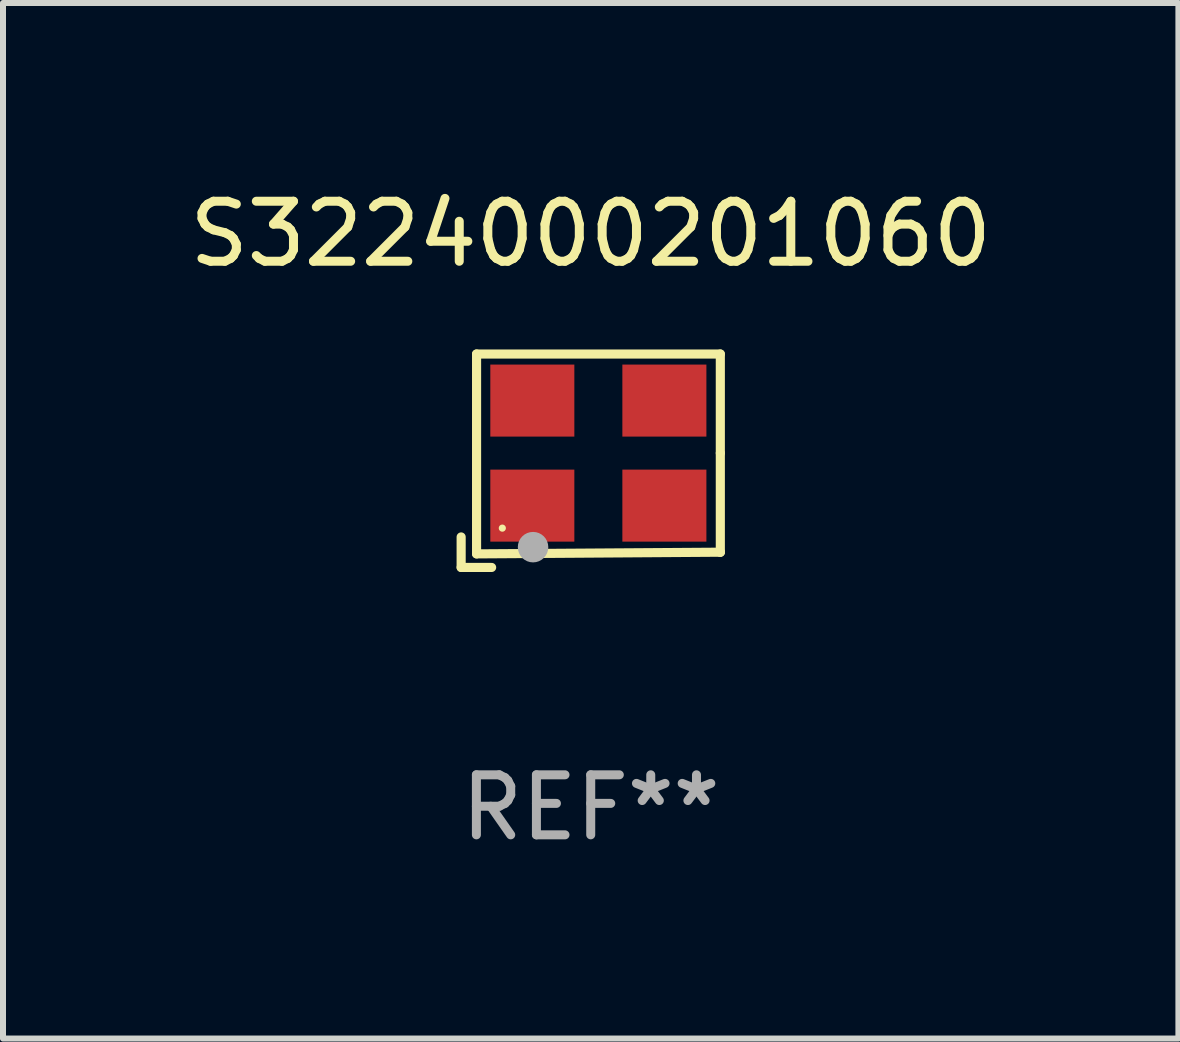
<source format=kicad_pcb>
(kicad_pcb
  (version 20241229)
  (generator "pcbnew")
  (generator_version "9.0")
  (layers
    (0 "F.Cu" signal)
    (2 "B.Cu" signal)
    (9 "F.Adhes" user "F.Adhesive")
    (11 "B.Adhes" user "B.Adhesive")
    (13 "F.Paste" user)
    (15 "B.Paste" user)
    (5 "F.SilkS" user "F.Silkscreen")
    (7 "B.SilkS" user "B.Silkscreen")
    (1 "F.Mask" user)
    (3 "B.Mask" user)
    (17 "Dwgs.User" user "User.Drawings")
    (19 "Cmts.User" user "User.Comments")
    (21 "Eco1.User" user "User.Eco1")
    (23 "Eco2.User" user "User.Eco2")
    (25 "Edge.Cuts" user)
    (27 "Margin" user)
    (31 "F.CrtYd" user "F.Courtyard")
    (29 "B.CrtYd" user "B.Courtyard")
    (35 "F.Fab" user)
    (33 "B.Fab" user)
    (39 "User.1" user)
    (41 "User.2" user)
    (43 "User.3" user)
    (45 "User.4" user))
  (footprint "S3224000201060"
    (layer "F.Cu")
    (at 6.792 4.626)
    (property "Reference" "S3224000201060" (at 0 -3.778 0) (layer "F.SilkS") (effects (font (size 1 1) (thickness 0.15))))
    (attr through_hole)
    (fp_line (start -2.159 1.27) (end -2.159 1.778) (stroke (width 0.152) (type solid)) (layer "F.SilkS"))
    (fp_line (start -2.159 1.778) (end -1.651 1.778) (stroke (width 0.152) (type solid)) (layer "F.SilkS"))
    (fp_line (start -1.902 -1.778) (end 2.159 -1.778) (stroke (width 0.152) (type solid)) (layer "F.SilkS"))
    (fp_line (start -1.902 1.552) (end -1.902 -1.778) (stroke (width 0.152) (type solid)) (layer "F.SilkS"))
    (fp_line (start 2.159 -1.778) (end 2.159 -0.127) (stroke (width 0.152) (type solid)) (layer "F.SilkS"))
    (fp_line (start 2.159 -0.127) (end 2.159 1.524) (stroke (width 0.152) (type solid)) (layer "F.SilkS"))
    (fp_line (start 2.159 1.524) (end -1.902 1.552) (stroke (width 0.152) (type solid)) (layer "F.SilkS"))
    (fp_line (start 2.159 1.524) (end 2.159 1.524) (stroke (width 0.152) (type solid)) (layer "F.SilkS"))
    (fp_circle (center -1.473 1.123) (end -1.443 1.123) (stroke (width 0.06) (type solid)) (fill no) (layer "F.SilkS"))
    (fp_circle (center -0.961 1.44) (end -0.834 1.44) (stroke (width 0.254) (type solid)) (fill no) (layer "F.Fab"))
    (fp_text user "REF**" (at 0 5.778 0) (layer "F.Fab") (effects (font (size 1 1) (thickness 0.15))))
    (pad "1" smd rect (at -0.973 0.748) (size 1.4 1.2) (layers "F.Cu" "F.Mask" "F.Paste"))
    (pad "2" smd rect (at 1.227 0.748) (size 1.4 1.2) (layers "F.Cu" "F.Mask" "F.Paste"))
    (pad "3" smd rect (at 1.227 -1.002) (size 1.4 1.2) (layers "F.Cu" "F.Mask" "F.Paste"))
    (pad "4" smd rect (at -0.973 -1.002) (size 1.4 1.2) (layers "F.Cu" "F.Mask" "F.Paste")))
  (gr_rect
    (start -3 -3)
    (end 16.583 14.253)
    (stroke (width 0.1) (type default))
    (fill no)
    (layer "Edge.Cuts")))
</source>
